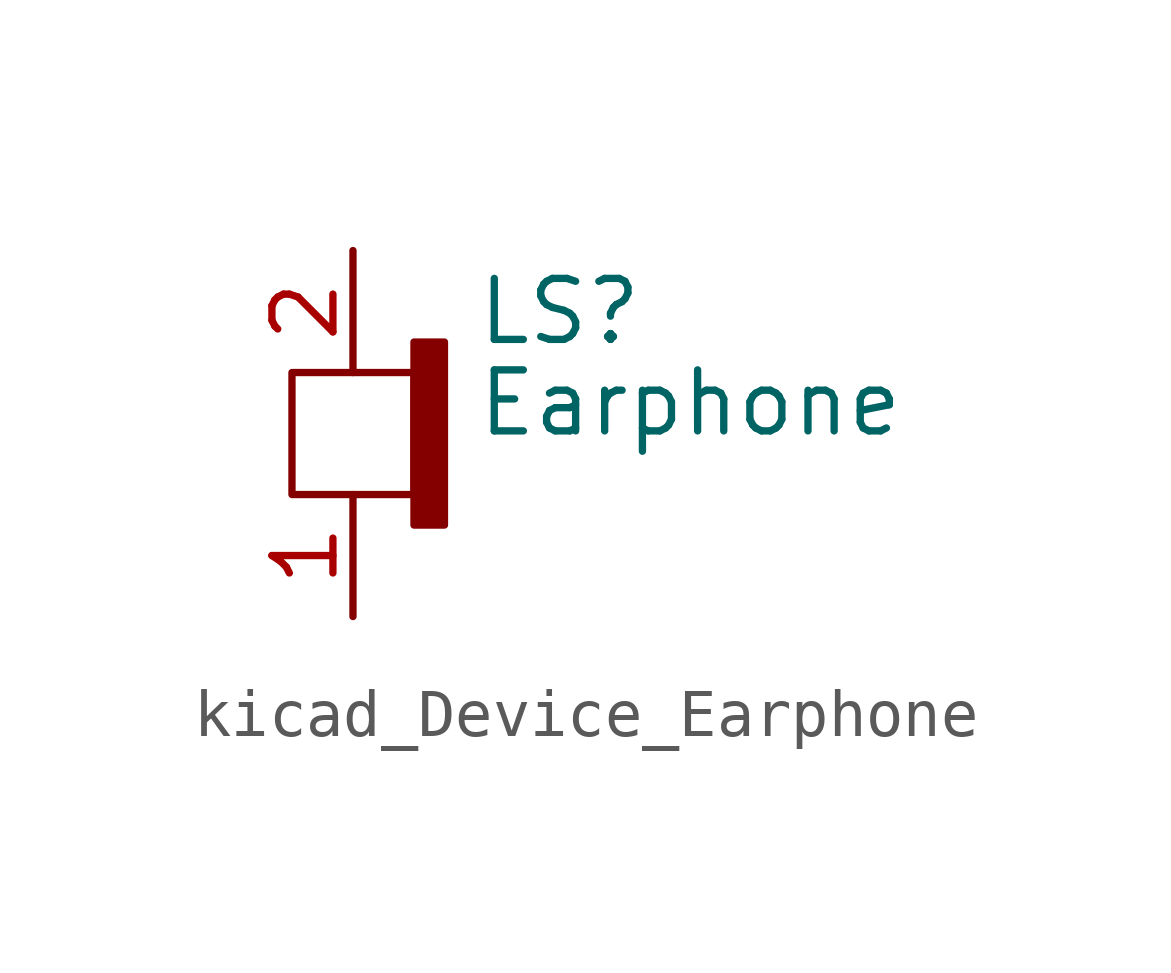
<source format=kicad_sym>
(kicad_symbol_lib
  (version 20220914)
  (generator kicad_symbol_editor)
  (symbol "kicad_Device_Earphone"
    (pin_names
      (offset 0.025) hide)
    (property "Reference" "LS"
      (at 2.54 3.81 0)
      (effects (font (size 1.27 1.27)) (justify left)))
    (property "Value" "Earphone"
      (at 2.54 1.905 0)
      (effects (font (size 1.27 1.27)) (justify left)))
    (symbol "kicad_Device_Earphone_0_1"
      (rectangle (start 1.27 -0.635) (end 1.905 3.175) (stroke (width 0) (type default)) (fill (type outline)))
      (rectangle (start 1.27 0) (end -1.27 2.54) (stroke (width 0) (type default)) (fill (type none))))
    (symbol "kicad_Device_Earphone_1_1"
      (pin passive line (at 0 -2.54 90) (length 2.54) (name "-" (effects (font (size 1.27 1.27)))) (number "1" (effects (font (size 1.27 1.27)))))
      (pin passive line (at 0 5.08 270) (length 2.54) (name "+" (effects (font (size 1.27 1.27)))) (number "2" (effects (font (size 1.27 1.27))))))))
</source>
